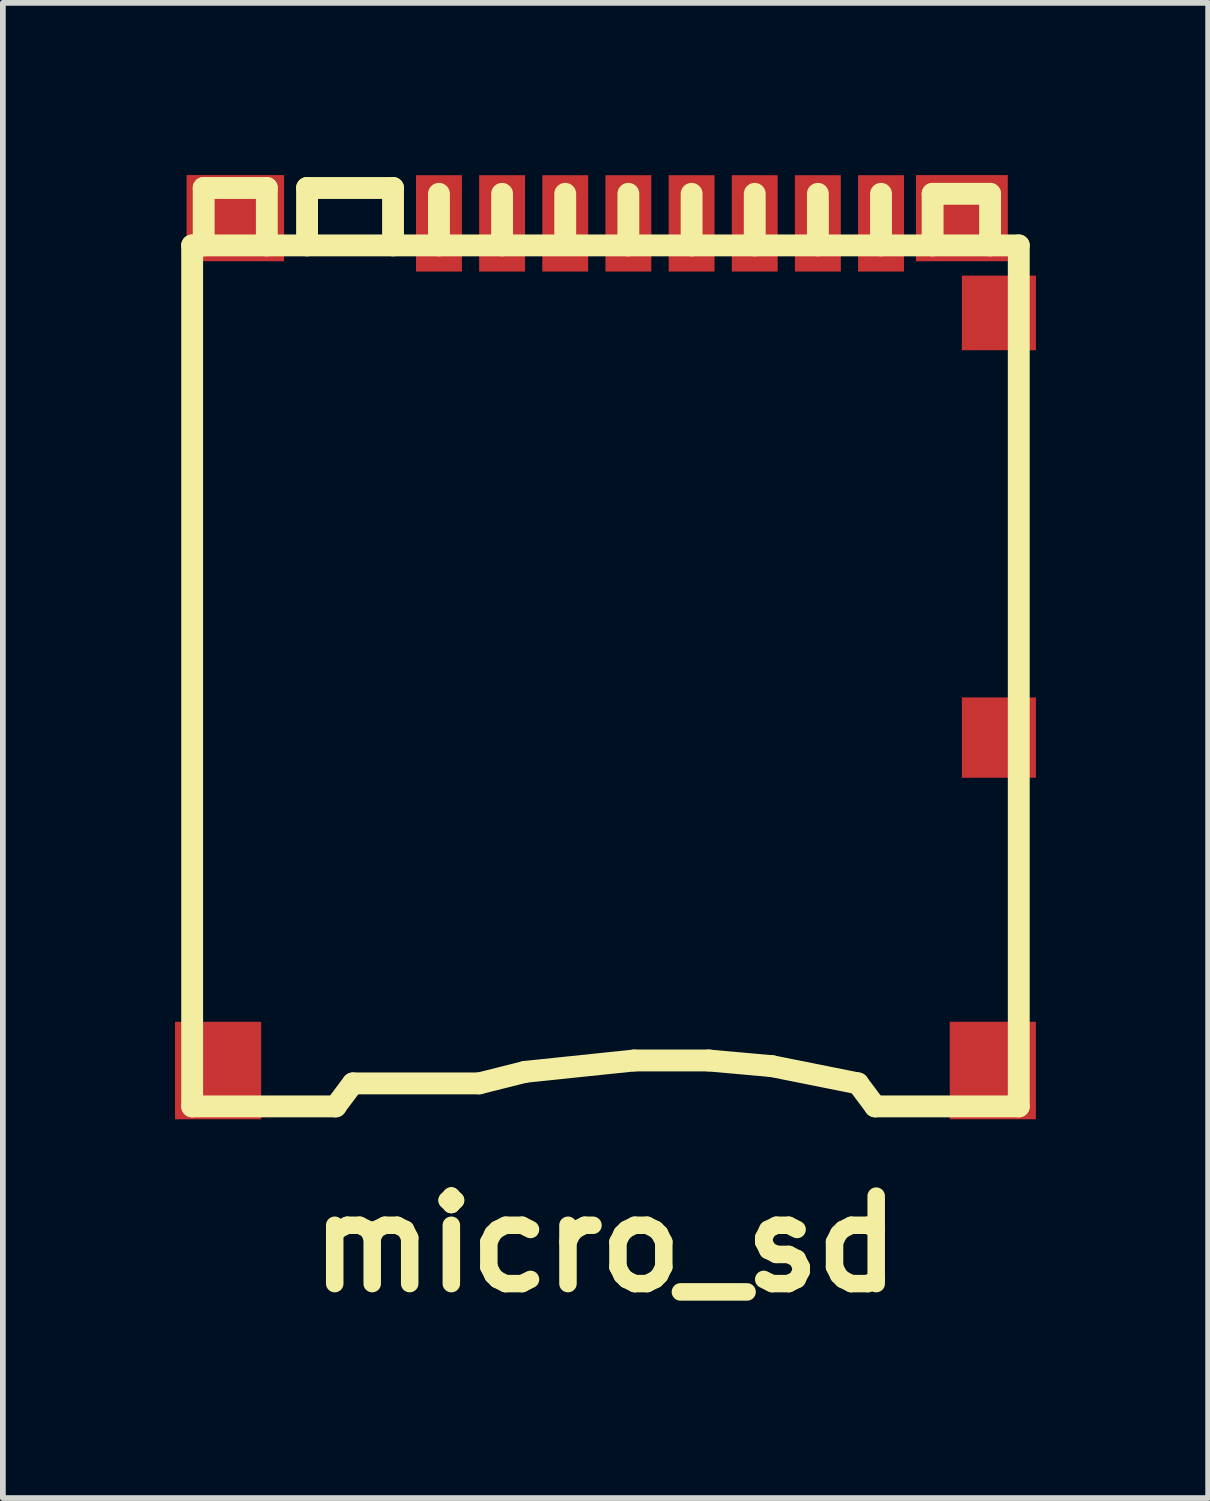
<source format=kicad_pcb>
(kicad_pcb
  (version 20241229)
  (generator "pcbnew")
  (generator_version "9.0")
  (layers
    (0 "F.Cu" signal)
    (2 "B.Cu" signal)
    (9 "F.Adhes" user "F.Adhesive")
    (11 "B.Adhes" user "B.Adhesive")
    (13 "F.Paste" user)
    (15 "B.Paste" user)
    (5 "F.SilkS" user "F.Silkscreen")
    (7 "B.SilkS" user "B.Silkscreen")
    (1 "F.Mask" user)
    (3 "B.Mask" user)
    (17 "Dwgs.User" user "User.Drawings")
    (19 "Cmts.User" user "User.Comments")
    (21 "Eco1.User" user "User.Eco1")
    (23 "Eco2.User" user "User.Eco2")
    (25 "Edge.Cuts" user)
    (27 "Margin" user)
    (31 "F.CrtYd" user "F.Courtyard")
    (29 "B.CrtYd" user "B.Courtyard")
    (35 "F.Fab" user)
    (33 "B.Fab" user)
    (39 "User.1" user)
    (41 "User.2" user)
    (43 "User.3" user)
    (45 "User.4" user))
  (footprint "micro_sd"
    (layer "F.Cu")
    (at 7.499 8.226)
    (property "Reference" "micro_sd" (at 0 10.399 0) (layer "F.SilkS") (effects (font (size 1.524 1.524) (thickness 0.305))))
    (attr through_hole)
    (fp_line (start -7.201 -7) (end -7.201 8.001) (stroke (width 0.381) (type solid)) (layer "F.SilkS"))
    (fp_line (start -7 -7) (end -7 -8.001) (stroke (width 0.381) (type solid)) (layer "F.SilkS"))
    (fp_line (start -5.9 -8.001) (end -7 -8.001) (stroke (width 0.381) (type solid)) (layer "F.SilkS"))
    (fp_line (start -5.9 -8.001) (end -5.9 -7) (stroke (width 0.381) (type solid)) (layer "F.SilkS"))
    (fp_line (start -5.199 -8.001) (end -5.199 -7) (stroke (width 0.381) (type solid)) (layer "F.SilkS"))
    (fp_line (start -4.699 8.001) (end -7.201 8.001) (stroke (width 0.381) (type solid)) (layer "F.SilkS"))
    (fp_line (start -4.402 7.6) (end -4.702 8.001) (stroke (width 0.381) (type solid)) (layer "F.SilkS"))
    (fp_line (start -3.701 -8.001) (end -5.199 -8.001) (stroke (width 0.381) (type solid)) (layer "F.SilkS"))
    (fp_line (start -3.701 -7) (end -3.701 -8.001) (stroke (width 0.381) (type solid)) (layer "F.SilkS"))
    (fp_line (start -2.901 -7) (end -2.901 -7.899) (stroke (width 0.381) (type solid)) (layer "F.SilkS"))
    (fp_line (start -2.2 7.6) (end -4.399 7.6) (stroke (width 0.381) (type solid)) (layer "F.SilkS"))
    (fp_line (start -2.2 7.6) (end -1.4 7.399) (stroke (width 0.381) (type solid)) (layer "F.SilkS"))
    (fp_line (start -1.801 -7.899) (end -1.801 -7) (stroke (width 0.381) (type solid)) (layer "F.SilkS"))
    (fp_line (start -1.4 7.399) (end 0.5 7.201) (stroke (width 0.381) (type solid)) (layer "F.SilkS"))
    (fp_line (start -0.701 -7.899) (end -0.701 -7.099) (stroke (width 0.381) (type solid)) (layer "F.SilkS"))
    (fp_line (start 0.399 -7.899) (end 0.399 -7) (stroke (width 0.381) (type solid)) (layer "F.SilkS"))
    (fp_line (start 0.5 7.201) (end 1.801 7.201) (stroke (width 0.381) (type solid)) (layer "F.SilkS"))
    (fp_line (start 1.501 -7.899) (end 1.501 -7) (stroke (width 0.381) (type solid)) (layer "F.SilkS"))
    (fp_line (start 1.801 7.201) (end 2.901 7.3) (stroke (width 0.381) (type solid)) (layer "F.SilkS"))
    (fp_line (start 2.601 -7.899) (end 2.601 -7) (stroke (width 0.381) (type solid)) (layer "F.SilkS"))
    (fp_line (start 2.901 7.3) (end 4.399 7.6) (stroke (width 0.381) (type solid)) (layer "F.SilkS"))
    (fp_line (start 3.701 -7.899) (end 3.701 -7) (stroke (width 0.381) (type solid)) (layer "F.SilkS"))
    (fp_line (start 4.699 8.001) (end 4.399 7.6) (stroke (width 0.381) (type solid)) (layer "F.SilkS"))
    (fp_line (start 4.699 8.001) (end 7.201 8.001) (stroke (width 0.381) (type solid)) (layer "F.SilkS"))
    (fp_line (start 4.801 -7.899) (end 4.801 -7) (stroke (width 0.381) (type solid)) (layer "F.SilkS"))
    (fp_line (start 5.7 -7.899) (end 6.701 -7.899) (stroke (width 0.381) (type solid)) (layer "F.SilkS"))
    (fp_line (start 5.7 -7) (end 5.7 -7.899) (stroke (width 0.381) (type solid)) (layer "F.SilkS"))
    (fp_line (start 6.701 -7.899) (end 6.701 -7) (stroke (width 0.381) (type solid)) (layer "F.SilkS"))
    (fp_line (start 7.201 -7) (end -7.201 -7) (stroke (width 0.381) (type solid)) (layer "F.SilkS"))
    (fp_line (start 7.201 8.001) (end 7.201 -7) (stroke (width 0.381) (type solid)) (layer "F.SilkS"))
    (pad "" smd rect (at -6.749 7.376) (size 1.501 1.699) (layers "F.Cu" "F.Mask" "F.Paste"))
    (pad "" smd rect (at -6.449 -7.475) (size 1.699 1.501) (layers "F.Cu" "F.Mask" "F.Paste"))
    (pad "" smd rect (at 6.21 -7.475) (size 1.6 1.501) (layers "F.Cu" "F.Mask" "F.Paste"))
    (pad "" smd rect (at 6.749 7.376) (size 1.501 1.699) (layers "F.Cu" "F.Mask" "F.Paste"))
    (pad "1" smd rect (at -2.901 -7.384) (size 0.8 1.679) (layers "F.Cu" "F.Mask" "F.Paste"))
    (pad "2" smd rect (at -1.801 -7.384) (size 0.8 1.679) (layers "F.Cu" "F.Mask" "F.Paste"))
    (pad "3" smd rect (at -0.701 -7.384) (size 0.8 1.679) (layers "F.Cu" "F.Mask" "F.Paste"))
    (pad "4" smd rect (at 0.399 -7.384) (size 0.8 1.679) (layers "F.Cu" "F.Mask" "F.Paste"))
    (pad "5" smd rect (at 1.501 -7.384) (size 0.8 1.679) (layers "F.Cu" "F.Mask" "F.Paste"))
    (pad "6" smd rect (at 2.601 -7.384) (size 0.8 1.679) (layers "F.Cu" "F.Mask" "F.Paste"))
    (pad "7" smd rect (at 3.701 -7.384) (size 0.8 1.679) (layers "F.Cu" "F.Mask" "F.Paste"))
    (pad "8" smd rect (at 4.801 -7.384) (size 0.8 1.679) (layers "F.Cu" "F.Mask" "F.Paste"))
    (pad "CD1" smd rect (at 6.855 1.575) (size 1.29 1.4) (layers "F.Cu" "F.Mask" "F.Paste"))
    (pad "CD2" smd rect (at 6.855 -5.824) (size 1.29 1.3) (layers "F.Cu" "F.Mask" "F.Paste")))
  (gr_rect
    (start -3 -3)
    (end 18 23.051)
    (stroke (width 0.1) (type default))
    (fill no)
    (layer "Edge.Cuts")))
</source>
